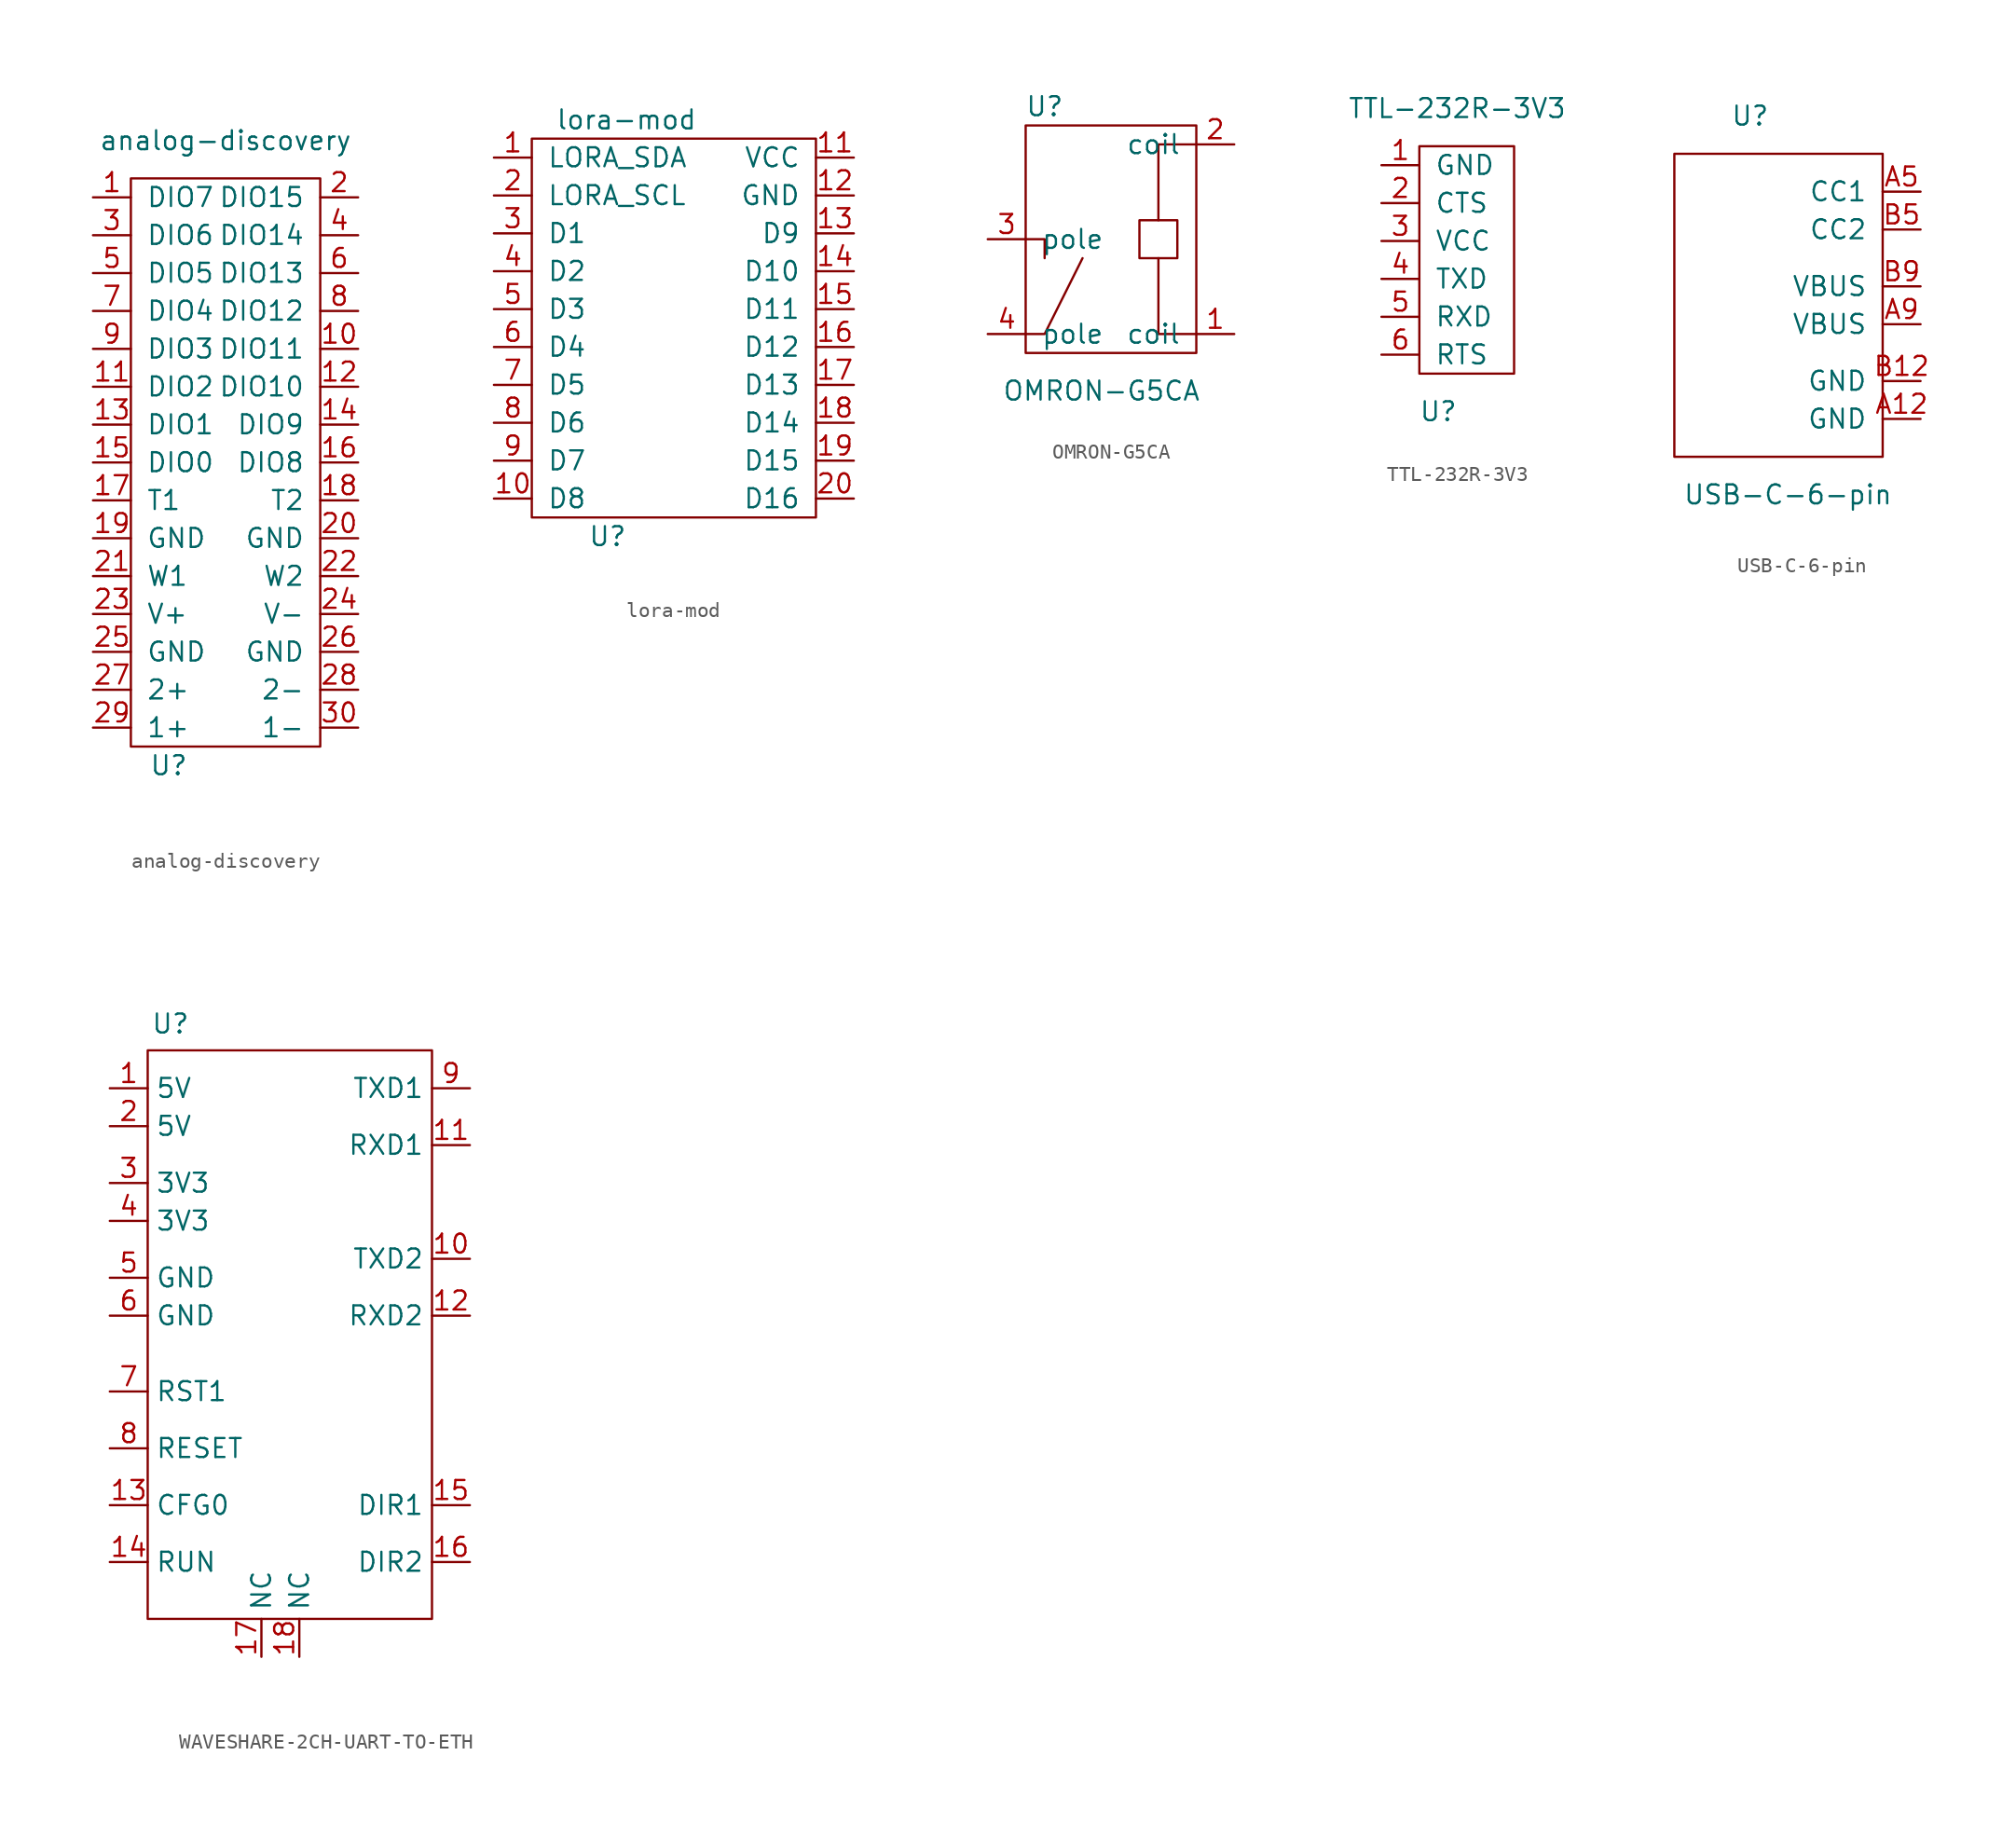
<source format=kicad_sym>
(kicad_symbol_lib
  (version 20231120)
  (generator "kicad_symbol_editor")
  (generator_version "8.0")
  (symbol "analog-discovery"
    (pin_names
      (offset 1.016))
    (property "Reference" "U"
      (at -3.81 -19.05 0)
      (effects (font (size 1.27 1.27))))
    (property "Value" "analog-discovery"
      (at 0 22.86 0)
      (effects (font (size 1.27 1.27))))
    (symbol "analog-discovery_0_1"
      (rectangle (start 6.35 -17.78) (end -6.35 20.32) (stroke (width 0) (type solid)) (fill (type none))))
    (symbol "analog-discovery_1_1"
      (pin input line (at -8.89 19.05 0) (length 2.54) (name "DIO7" (effects (font (size 1.27 1.27)))) (number "1" (effects (font (size 1.27 1.27)))))
      (pin input line (at 8.89 8.89 180) (length 2.54) (name "DIO11" (effects (font (size 1.27 1.27)))) (number "10" (effects (font (size 1.27 1.27)))))
      (pin input line (at -8.89 6.35 0) (length 2.54) (name "DIO2" (effects (font (size 1.27 1.27)))) (number "11" (effects (font (size 1.27 1.27)))))
      (pin input line (at 8.89 6.35 180) (length 2.54) (name "DIO10" (effects (font (size 1.27 1.27)))) (number "12" (effects (font (size 1.27 1.27)))))
      (pin input line (at -8.89 3.81 0) (length 2.54) (name "DIO1" (effects (font (size 1.27 1.27)))) (number "13" (effects (font (size 1.27 1.27)))))
      (pin input line (at 8.89 3.81 180) (length 2.54) (name "DIO9" (effects (font (size 1.27 1.27)))) (number "14" (effects (font (size 1.27 1.27)))))
      (pin input line (at -8.89 1.27 0) (length 2.54) (name "DIO0" (effects (font (size 1.27 1.27)))) (number "15" (effects (font (size 1.27 1.27)))))
      (pin input line (at 8.89 1.27 180) (length 2.54) (name "DIO8" (effects (font (size 1.27 1.27)))) (number "16" (effects (font (size 1.27 1.27)))))
      (pin input line (at -8.89 -1.27 0) (length 2.54) (name "T1" (effects (font (size 1.27 1.27)))) (number "17" (effects (font (size 1.27 1.27)))))
      (pin input line (at 8.89 -1.27 180) (length 2.54) (name "T2" (effects (font (size 1.27 1.27)))) (number "18" (effects (font (size 1.27 1.27)))))
      (pin input line (at -8.89 -3.81 0) (length 2.54) (name "GND" (effects (font (size 1.27 1.27)))) (number "19" (effects (font (size 1.27 1.27)))))
      (pin input line (at 8.89 19.05 180) (length 2.54) (name "DIO15" (effects (font (size 1.27 1.27)))) (number "2" (effects (font (size 1.27 1.27)))))
      (pin input line (at 8.89 -3.81 180) (length 2.54) (name "GND" (effects (font (size 1.27 1.27)))) (number "20" (effects (font (size 1.27 1.27)))))
      (pin input line (at -8.89 -6.35 0) (length 2.54) (name "W1" (effects (font (size 1.27 1.27)))) (number "21" (effects (font (size 1.27 1.27)))))
      (pin input line (at 8.89 -6.35 180) (length 2.54) (name "W2" (effects (font (size 1.27 1.27)))) (number "22" (effects (font (size 1.27 1.27)))))
      (pin input line (at -8.89 -8.89 0) (length 2.54) (name "V+" (effects (font (size 1.27 1.27)))) (number "23" (effects (font (size 1.27 1.27)))))
      (pin input line (at 8.89 -8.89 180) (length 2.54) (name "V-" (effects (font (size 1.27 1.27)))) (number "24" (effects (font (size 1.27 1.27)))))
      (pin input line (at -8.89 -11.43 0) (length 2.54) (name "GND" (effects (font (size 1.27 1.27)))) (number "25" (effects (font (size 1.27 1.27)))))
      (pin input line (at 8.89 -11.43 180) (length 2.54) (name "GND" (effects (font (size 1.27 1.27)))) (number "26" (effects (font (size 1.27 1.27)))))
      (pin input line (at -8.89 -13.97 0) (length 2.54) (name "2+" (effects (font (size 1.27 1.27)))) (number "27" (effects (font (size 1.27 1.27)))))
      (pin input line (at 8.89 -13.97 180) (length 2.54) (name "2-" (effects (font (size 1.27 1.27)))) (number "28" (effects (font (size 1.27 1.27)))))
      (pin input line (at -8.89 -16.51 0) (length 2.54) (name "1+" (effects (font (size 1.27 1.27)))) (number "29" (effects (font (size 1.27 1.27)))))
      (pin input line (at -8.89 16.51 0) (length 2.54) (name "DIO6" (effects (font (size 1.27 1.27)))) (number "3" (effects (font (size 1.27 1.27)))))
      (pin input line (at 8.89 -16.51 180) (length 2.54) (name "1-" (effects (font (size 1.27 1.27)))) (number "30" (effects (font (size 1.27 1.27)))))
      (pin input line (at 8.89 16.51 180) (length 2.54) (name "DIO14" (effects (font (size 1.27 1.27)))) (number "4" (effects (font (size 1.27 1.27)))))
      (pin input line (at -8.89 13.97 0) (length 2.54) (name "DIO5" (effects (font (size 1.27 1.27)))) (number "5" (effects (font (size 1.27 1.27)))))
      (pin input line (at 8.89 13.97 180) (length 2.54) (name "DIO13" (effects (font (size 1.27 1.27)))) (number "6" (effects (font (size 1.27 1.27)))))
      (pin input line (at -8.89 11.43 0) (length 2.54) (name "DIO4" (effects (font (size 1.27 1.27)))) (number "7" (effects (font (size 1.27 1.27)))))
      (pin input line (at 8.89 11.43 180) (length 2.54) (name "DIO12" (effects (font (size 1.27 1.27)))) (number "8" (effects (font (size 1.27 1.27)))))
      (pin input line (at -8.89 8.89 0) (length 2.54) (name "DIO3" (effects (font (size 1.27 1.27)))) (number "9" (effects (font (size 1.27 1.27)))))))
  (symbol "lora-mod"
    (pin_names
      (offset 1.016))
    (property "Reference" "U"
      (at -5.08 -16.51 0)
      (effects (font (size 1.27 1.27))))
    (property "Value" "lora-mod"
      (at -3.81 11.43 0)
      (effects (font (size 1.27 1.27))))
    (symbol "lora-mod_0_1"
      (rectangle (start 8.89 -15.24) (end -10.16 10.16) (stroke (width 0) (type solid)) (fill (type none))))
    (symbol "lora-mod_1_1"
      (pin power_out line (at -12.7 8.89 0) (length 2.54) (name "LORA_SDA" (effects (font (size 1.27 1.27)))) (number "1" (effects (font (size 1.27 1.27)))))
      (pin power_out line (at -12.7 -13.97 0) (length 2.54) (name "D8" (effects (font (size 1.27 1.27)))) (number "10" (effects (font (size 1.27 1.27)))))
      (pin power_out line (at 11.43 8.89 180) (length 2.54) (name "VCC" (effects (font (size 1.27 1.27)))) (number "11" (effects (font (size 1.27 1.27)))))
      (pin power_out line (at 11.43 6.35 180) (length 2.54) (name "GND" (effects (font (size 1.27 1.27)))) (number "12" (effects (font (size 1.27 1.27)))))
      (pin power_out line (at 11.43 3.81 180) (length 2.54) (name "D9" (effects (font (size 1.27 1.27)))) (number "13" (effects (font (size 1.27 1.27)))))
      (pin power_out line (at 11.43 1.27 180) (length 2.54) (name "D10" (effects (font (size 1.27 1.27)))) (number "14" (effects (font (size 1.27 1.27)))))
      (pin power_out line (at 11.43 -1.27 180) (length 2.54) (name "D11" (effects (font (size 1.27 1.27)))) (number "15" (effects (font (size 1.27 1.27)))))
      (pin power_out line (at 11.43 -3.81 180) (length 2.54) (name "D12" (effects (font (size 1.27 1.27)))) (number "16" (effects (font (size 1.27 1.27)))))
      (pin power_out line (at 11.43 -6.35 180) (length 2.54) (name "D13" (effects (font (size 1.27 1.27)))) (number "17" (effects (font (size 1.27 1.27)))))
      (pin power_out line (at 11.43 -8.89 180) (length 2.54) (name "D14" (effects (font (size 1.27 1.27)))) (number "18" (effects (font (size 1.27 1.27)))))
      (pin power_out line (at 11.43 -11.43 180) (length 2.54) (name "D15" (effects (font (size 1.27 1.27)))) (number "19" (effects (font (size 1.27 1.27)))))
      (pin power_out line (at -12.7 6.35 0) (length 2.54) (name "LORA_SCL" (effects (font (size 1.27 1.27)))) (number "2" (effects (font (size 1.27 1.27)))))
      (pin power_out line (at 11.43 -13.97 180) (length 2.54) (name "D16" (effects (font (size 1.27 1.27)))) (number "20" (effects (font (size 1.27 1.27)))))
      (pin power_out line (at -12.7 3.81 0) (length 2.54) (name "D1" (effects (font (size 1.27 1.27)))) (number "3" (effects (font (size 1.27 1.27)))))
      (pin power_out line (at -12.7 1.27 0) (length 2.54) (name "D2" (effects (font (size 1.27 1.27)))) (number "4" (effects (font (size 1.27 1.27)))))
      (pin power_out line (at -12.7 -1.27 0) (length 2.54) (name "D3" (effects (font (size 1.27 1.27)))) (number "5" (effects (font (size 1.27 1.27)))))
      (pin power_out line (at -12.7 -3.81 0) (length 2.54) (name "D4" (effects (font (size 1.27 1.27)))) (number "6" (effects (font (size 1.27 1.27)))))
      (pin power_out line (at -12.7 -6.35 0) (length 2.54) (name "D5" (effects (font (size 1.27 1.27)))) (number "7" (effects (font (size 1.27 1.27)))))
      (pin power_out line (at -12.7 -8.89 0) (length 2.54) (name "D6" (effects (font (size 1.27 1.27)))) (number "8" (effects (font (size 1.27 1.27)))))
      (pin power_out line (at -12.7 -11.43 0) (length 2.54) (name "D7" (effects (font (size 1.27 1.27)))) (number "9" (effects (font (size 1.27 1.27)))))))
  (symbol "OMRON-G5CA"
    (pin_names
      (offset 1.016))
    (property "Reference" "U"
      (at -5.08 8.89 0)
      (effects (font (size 1.27 1.27))))
    (property "Value" "OMRON-G5CA"
      (at -1.27 -10.16 0)
      (effects (font (size 1.27 1.27))))
    (symbol "OMRON-G5CA_0_1"
      (polyline (pts (xy -6.35 -6.35) (xy -5.08 -6.35) (xy -2.54 -1.27)) (stroke (width 0) (type solid)) (fill (type none)))
      (polyline (pts (xy -6.35 0) (xy -5.08 0) (xy -5.08 -1.27)) (stroke (width 0) (type solid)) (fill (type none)))
      (polyline (pts (xy 2.54 1.27) (xy 2.54 6.35) (xy 5.08 6.35)) (stroke (width 0) (type solid)) (fill (type none)))
      (polyline (pts (xy 5.08 -6.35) (xy 2.54 -6.35) (xy 2.54 -1.27)) (stroke (width 0) (type solid)) (fill (type none)))
      (rectangle (start 1.27 1.27) (end 3.81 -1.27) (stroke (width 0) (type solid)) (fill (type none)))
      (rectangle (start 5.08 7.62) (end -6.35 -7.62) (stroke (width 0) (type solid)) (fill (type none))))
    (symbol "OMRON-G5CA_1_1"
      (pin passive line (at 7.62 -6.35 180) (length 2.54) (name "coil" (effects (font (size 1.27 1.27)))) (number "1" (effects (font (size 1.27 1.27)))))
      (pin passive line (at 7.62 6.35 180) (length 2.54) (name "coil" (effects (font (size 1.27 1.27)))) (number "2" (effects (font (size 1.27 1.27)))))
      (pin passive line (at -8.89 0 0) (length 2.54) (name "pole" (effects (font (size 1.27 1.27)))) (number "3" (effects (font (size 1.27 1.27)))))
      (pin passive line (at -8.89 -6.35 0) (length 2.54) (name "pole" (effects (font (size 1.27 1.27)))) (number "4" (effects (font (size 1.27 1.27)))))))
  (symbol "TTL-232R-3V3"
    (pin_names
      (offset 1.016))
    (property "Reference" "U"
      (at -1.27 -10.16 0)
      (effects (font (size 1.27 1.27))))
    (property "Value" "TTL-232R-3V3"
      (at 0 10.16 0)
      (effects (font (size 1.27 1.27))))
    (symbol "TTL-232R-3V3_0_1"
      (rectangle (start 3.81 -7.62) (end -2.54 7.62) (stroke (width 0) (type solid)) (fill (type none))))
    (symbol "TTL-232R-3V3_1_1"
      (pin power_out line (at -5.08 6.35 0) (length 2.54) (name "GND" (effects (font (size 1.27 1.27)))) (number "1" (effects (font (size 1.27 1.27)))))
      (pin input line (at -5.08 3.81 0) (length 2.54) (name "CTS" (effects (font (size 1.27 1.27)))) (number "2" (effects (font (size 1.27 1.27)))))
      (pin power_out line (at -5.08 1.27 0) (length 2.54) (name "VCC" (effects (font (size 1.27 1.27)))) (number "3" (effects (font (size 1.27 1.27)))))
      (pin input line (at -5.08 -1.27 0) (length 2.54) (name "TXD" (effects (font (size 1.27 1.27)))) (number "4" (effects (font (size 1.27 1.27)))))
      (pin input line (at -5.08 -3.81 0) (length 2.54) (name "RXD" (effects (font (size 1.27 1.27)))) (number "5" (effects (font (size 1.27 1.27)))))
      (pin input line (at -5.08 -6.35 0) (length 2.54) (name "RTS" (effects (font (size 1.27 1.27)))) (number "6" (effects (font (size 1.27 1.27)))))))
  (symbol "USB-C-6-pin"
    (pin_names
      (offset 1.016))
    (property "Reference" "U"
      (at -1.27 12.7 0)
      (effects (font (size 1.27 1.27))))
    (property "Value" "USB-C-6-pin"
      (at 1.27 -12.7 0)
      (effects (font (size 1.27 1.27))))
    (symbol "USB-C-6-pin_0_1"
      (rectangle (start -6.35 10.16) (end 7.62 -10.16) (stroke (width 0) (type solid)) (fill (type none))))
    (symbol "USB-C-6-pin_1_1"
      (pin passive line (at 10.16 -7.62 180) (length 2.54) (name "GND" (effects (font (size 1.27 1.27)))) (number "A12" (effects (font (size 1.27 1.27)))))
      (pin passive line (at 10.16 7.62 180) (length 2.54) (name "CC1" (effects (font (size 1.27 1.27)))) (number "A5" (effects (font (size 1.27 1.27)))))
      (pin passive line (at 10.16 -1.27 180) (length 2.54) (name "VBUS" (effects (font (size 1.27 1.27)))) (number "A9" (effects (font (size 1.27 1.27)))))
      (pin passive line (at 10.16 -5.08 180) (length 2.54) (name "GND" (effects (font (size 1.27 1.27)))) (number "B12" (effects (font (size 1.27 1.27)))))
      (pin passive line (at 10.16 5.08 180) (length 2.54) (name "CC2" (effects (font (size 1.27 1.27)))) (number "B5" (effects (font (size 1.27 1.27)))))
      (pin passive line (at 10.16 1.27 180) (length 2.54) (name "VBUS" (effects (font (size 1.27 1.27)))) (number "B9" (effects (font (size 1.27 1.27)))))))
  (symbol "WAVESHARE-2CH-UART-TO-ETH"
    (property "Reference" "U"
      (at -7.366 19.558 0)
      (effects (font (size 1.27 1.27))))
    (property "Value" ""
      (at 17.78 8.89 0)
      (effects (font (size 1.27 1.27))))
    (symbol "WAVESHARE-2CH-UART-TO-ETH_0_1"
      (rectangle (start -8.89 17.78) (end 10.16 -20.32) (stroke (width 0) (type default)) (fill (type none))))
    (symbol "WAVESHARE-2CH-UART-TO-ETH_1_1"
      (pin input line (at -11.43 15.24 0) (length 2.54) (name "5V" (effects (font (size 1.27 1.27)))) (number "1" (effects (font (size 1.27 1.27)))))
      (pin input line (at 12.7 3.81 180) (length 2.54) (name "TXD2" (effects (font (size 1.27 1.27)))) (number "10" (effects (font (size 1.27 1.27)))))
      (pin input line (at 12.7 11.43 180) (length 2.54) (name "RXD1" (effects (font (size 1.27 1.27)))) (number "11" (effects (font (size 1.27 1.27)))))
      (pin input line (at 12.7 0 180) (length 2.54) (name "RXD2" (effects (font (size 1.27 1.27)))) (number "12" (effects (font (size 1.27 1.27)))))
      (pin input line (at -11.43 -12.7 0) (length 2.54) (name "CFG0" (effects (font (size 1.27 1.27)))) (number "13" (effects (font (size 1.27 1.27)))))
      (pin input line (at -11.43 -16.51 0) (length 2.54) (name "RUN" (effects (font (size 1.27 1.27)))) (number "14" (effects (font (size 1.27 1.27)))))
      (pin input line (at 12.7 -12.7 180) (length 2.54) (name "DIR1" (effects (font (size 1.27 1.27)))) (number "15" (effects (font (size 1.27 1.27)))))
      (pin input line (at 12.7 -16.51 180) (length 2.54) (name "DIR2" (effects (font (size 1.27 1.27)))) (number "16" (effects (font (size 1.27 1.27)))))
      (pin input line (at -1.27 -22.86 90) (length 2.54) (name "NC" (effects (font (size 1.27 1.27)))) (number "17" (effects (font (size 1.27 1.27)))))
      (pin input line (at 1.27 -22.86 90) (length 2.54) (name "NC" (effects (font (size 1.27 1.27)))) (number "18" (effects (font (size 1.27 1.27)))))
      (pin input line (at -11.43 12.7 0) (length 2.54) (name "5V" (effects (font (size 1.27 1.27)))) (number "2" (effects (font (size 1.27 1.27)))))
      (pin input line (at -11.43 8.89 0) (length 2.54) (name "3V3" (effects (font (size 1.27 1.27)))) (number "3" (effects (font (size 1.27 1.27)))))
      (pin input line (at -11.43 6.35 0) (length 2.54) (name "3V3" (effects (font (size 1.27 1.27)))) (number "4" (effects (font (size 1.27 1.27)))))
      (pin input line (at -11.43 2.54 0) (length 2.54) (name "GND" (effects (font (size 1.27 1.27)))) (number "5" (effects (font (size 1.27 1.27)))))
      (pin input line (at -11.43 0 0) (length 2.54) (name "GND" (effects (font (size 1.27 1.27)))) (number "6" (effects (font (size 1.27 1.27)))))
      (pin input line (at -11.43 -5.08 0) (length 2.54) (name "RST1" (effects (font (size 1.27 1.27)))) (number "7" (effects (font (size 1.27 1.27)))))
      (pin input line (at -11.43 -8.89 0) (length 2.54) (name "RESET" (effects (font (size 1.27 1.27)))) (number "8" (effects (font (size 1.27 1.27)))))
      (pin input line (at 12.7 15.24 180) (length 2.54) (name "TXD1" (effects (font (size 1.27 1.27)))) (number "9" (effects (font (size 1.27 1.27))))))))
</source>
